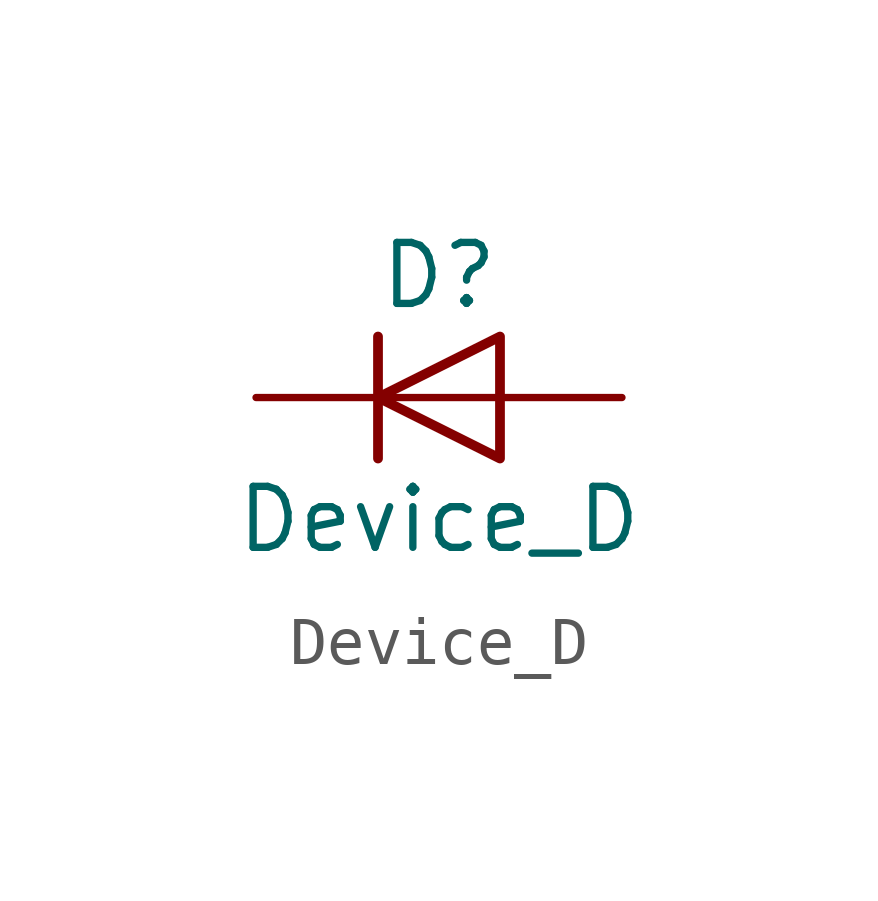
<source format=kicad_sym>
(kicad_symbol_lib
  (version 20211014)
  (generator kicad_symbol_editor)
  (symbol "Device_D"
    (pin_numbers hide)
    (pin_names
      (offset 1.016) hide)
    (property "Reference" "D"
      (at 0 2.54 0)
      (effects (font (size 1.27 1.27))))
    (property "Value" "Device_D"
      (at 0 -2.54 0)
      (effects (font (size 1.27 1.27))))
    (symbol "Device_D_0_1"
      (polyline (pts (xy -1.27 1.27) (xy -1.27 -1.27)) (stroke (width 0.203) (type default) (color 0 0 0 0)) (fill (type none)))
      (polyline (pts (xy 1.27 0) (xy -1.27 0)) (stroke (width 0) (type default) (color 0 0 0 0)) (fill (type none)))
      (polyline (pts (xy 1.27 1.27) (xy 1.27 -1.27) (xy -1.27 0) (xy 1.27 1.27)) (stroke (width 0.203) (type default) (color 0 0 0 0)) (fill (type none))))
    (symbol "Device_D_1_1"
      (pin passive line (at -3.81 0 0) (length 2.54) (name "K" (effects (font (size 1.27 1.27)))) (number "1" (effects (font (size 1.27 1.27)))))
      (pin passive line (at 3.81 0 180) (length 2.54) (name "A" (effects (font (size 1.27 1.27)))) (number "2" (effects (font (size 1.27 1.27))))))))
</source>
